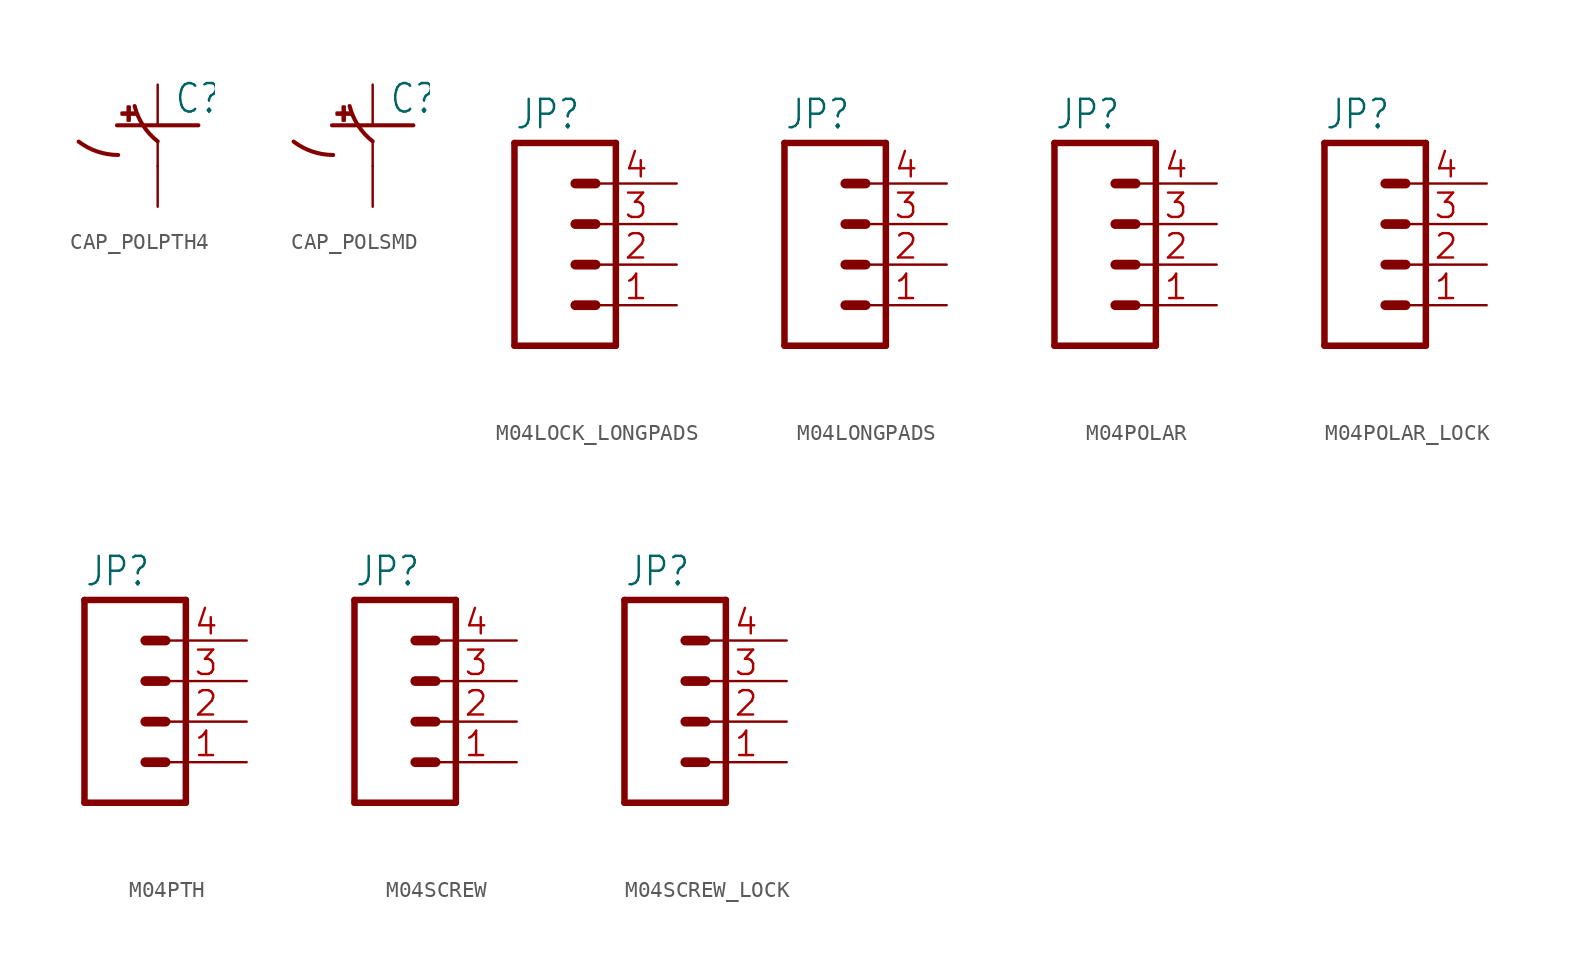
<source format=kicad_sym>
(kicad_symbol_lib
  (version 20241209)
  (generator "kicad_symbol_editor")
  (generator_version "9.0")
  (symbol "CAP_POLPTH4"
    (property "Reference" "C"
      (at 1.016 0.635 0)
      (effects (font (size 1.778 1.511)) (justify left bottom)))
    (property "Value" ""
      (at 1.016 -4.191 0)
      (effects (font (size 1.778 1.511)) (justify left bottom)))
    (property "ki_locked" ""
      (at 0 0 0)
      (effects (font (size 1.27 1.27))))
    (symbol "CAP_POLPTH4_1_0"
      (polyline (pts (xy -2.54 0) (xy 2.54 0)) (stroke (width 0.254) (type solid)) (fill (type none)))
      (arc (start -2.4669 -1.8504) (mid -3.7689 -1.6361) (end -4.9337 -1.0159) (stroke (width 0.254) (type solid)) (fill (type none)))
      (rectangle (start -2.253 0.668) (end -1.364 0.795) (stroke (width 0) (type default)) (fill (type outline)))
      (rectangle (start -1.872 0.287) (end -1.745 1.176) (stroke (width 0) (type default)) (fill (type outline)))
      (polyline (pts (xy 0 -1.016) (xy 0 -2.54)) (stroke (width 0.152) (type solid)) (fill (type none)))
      (arc (start 0 -1) (mid -0.9038 -0.0189) (end -1.4403 1.2025) (stroke (width 0.254) (type solid)) (fill (type none)))
      (pin passive line (at 0 2.54 270) (length 2.54) (name "+" (effects (font (size 0 0)))) (number "1" (effects (font (size 0 0)))))
      (pin passive line (at 0 -5.08 90) (length 2.54) (name "-" (effects (font (size 0 0)))) (number "2" (effects (font (size 0 0)))))))
  (symbol "CAP_POLSMD"
    (property "Reference" "C"
      (at 1.016 0.635 0)
      (effects (font (size 1.778 1.511)) (justify left bottom)))
    (property "Value" ""
      (at 1.016 -4.191 0)
      (effects (font (size 1.778 1.511)) (justify left bottom)))
    (property "ki_locked" ""
      (at 0 0 0)
      (effects (font (size 1.27 1.27))))
    (symbol "CAP_POLSMD_1_0"
      (polyline (pts (xy -2.54 0) (xy 2.54 0)) (stroke (width 0.254) (type solid)) (fill (type none)))
      (arc (start -2.4669 -1.8504) (mid -3.7689 -1.6361) (end -4.9337 -1.0159) (stroke (width 0.254) (type solid)) (fill (type none)))
      (rectangle (start -2.253 0.668) (end -1.364 0.795) (stroke (width 0) (type default)) (fill (type outline)))
      (rectangle (start -1.872 0.287) (end -1.745 1.176) (stroke (width 0) (type default)) (fill (type outline)))
      (polyline (pts (xy 0 -1.016) (xy 0 -2.54)) (stroke (width 0.152) (type solid)) (fill (type none)))
      (arc (start 0 -1) (mid -0.9038 -0.0189) (end -1.4403 1.2025) (stroke (width 0.254) (type solid)) (fill (type none)))
      (pin passive line (at 0 2.54 270) (length 2.54) (name "+" (effects (font (size 0 0)))) (number "+" (effects (font (size 0 0)))))
      (pin passive line (at 0 -5.08 90) (length 2.54) (name "-" (effects (font (size 0 0)))) (number "-" (effects (font (size 0 0)))))))
  (symbol "M04LOCK_LONGPADS"
    (property "Reference" "JP"
      (at -5.08 8.382 0)
      (effects (font (size 1.778 1.511)) (justify left bottom)))
    (property "Value" ""
      (at -5.08 -7.62 0)
      (effects (font (size 1.778 1.511)) (justify left bottom)))
    (property "ki_locked" ""
      (at 0 0 0)
      (effects (font (size 1.27 1.27))))
    (symbol "M04LOCK_LONGPADS_1_0"
      (polyline (pts (xy -5.08 7.62) (xy -5.08 -5.08)) (stroke (width 0.406) (type solid)) (fill (type none)))
      (polyline (pts (xy -5.08 7.62) (xy 1.27 7.62)) (stroke (width 0.406) (type solid)) (fill (type none)))
      (polyline (pts (xy -1.27 5.08) (xy 0 5.08)) (stroke (width 0.61) (type solid)) (fill (type none)))
      (polyline (pts (xy -1.27 2.54) (xy 0 2.54)) (stroke (width 0.61) (type solid)) (fill (type none)))
      (polyline (pts (xy -1.27 0) (xy 0 0)) (stroke (width 0.61) (type solid)) (fill (type none)))
      (polyline (pts (xy -1.27 -2.54) (xy 0 -2.54)) (stroke (width 0.61) (type solid)) (fill (type none)))
      (polyline (pts (xy 1.27 -5.08) (xy -5.08 -5.08)) (stroke (width 0.406) (type solid)) (fill (type none)))
      (polyline (pts (xy 1.27 -5.08) (xy 1.27 7.62)) (stroke (width 0.406) (type solid)) (fill (type none)))
      (pin passive line (at 5.08 5.08 180) (length 5.08) (name "4" (effects (font (size 0 0)))) (number "4" (effects (font (size 1.524 1.524)))))
      (pin passive line (at 5.08 2.54 180) (length 5.08) (name "3" (effects (font (size 0 0)))) (number "3" (effects (font (size 1.524 1.524)))))
      (pin passive line (at 5.08 0 180) (length 5.08) (name "2" (effects (font (size 0 0)))) (number "2" (effects (font (size 1.524 1.524)))))
      (pin passive line (at 5.08 -2.54 180) (length 5.08) (name "1" (effects (font (size 0 0)))) (number "1" (effects (font (size 1.524 1.524)))))))
  (symbol "M04LONGPADS"
    (property "Reference" "JP"
      (at -5.08 8.382 0)
      (effects (font (size 1.778 1.511)) (justify left bottom)))
    (property "Value" ""
      (at -5.08 -7.62 0)
      (effects (font (size 1.778 1.511)) (justify left bottom)))
    (property "ki_locked" ""
      (at 0 0 0)
      (effects (font (size 1.27 1.27))))
    (symbol "M04LONGPADS_1_0"
      (polyline (pts (xy -5.08 7.62) (xy -5.08 -5.08)) (stroke (width 0.406) (type solid)) (fill (type none)))
      (polyline (pts (xy -5.08 7.62) (xy 1.27 7.62)) (stroke (width 0.406) (type solid)) (fill (type none)))
      (polyline (pts (xy -1.27 5.08) (xy 0 5.08)) (stroke (width 0.61) (type solid)) (fill (type none)))
      (polyline (pts (xy -1.27 2.54) (xy 0 2.54)) (stroke (width 0.61) (type solid)) (fill (type none)))
      (polyline (pts (xy -1.27 0) (xy 0 0)) (stroke (width 0.61) (type solid)) (fill (type none)))
      (polyline (pts (xy -1.27 -2.54) (xy 0 -2.54)) (stroke (width 0.61) (type solid)) (fill (type none)))
      (polyline (pts (xy 1.27 -5.08) (xy -5.08 -5.08)) (stroke (width 0.406) (type solid)) (fill (type none)))
      (polyline (pts (xy 1.27 -5.08) (xy 1.27 7.62)) (stroke (width 0.406) (type solid)) (fill (type none)))
      (pin passive line (at 5.08 5.08 180) (length 5.08) (name "4" (effects (font (size 0 0)))) (number "4" (effects (font (size 1.524 1.524)))))
      (pin passive line (at 5.08 2.54 180) (length 5.08) (name "3" (effects (font (size 0 0)))) (number "3" (effects (font (size 1.524 1.524)))))
      (pin passive line (at 5.08 0 180) (length 5.08) (name "2" (effects (font (size 0 0)))) (number "2" (effects (font (size 1.524 1.524)))))
      (pin passive line (at 5.08 -2.54 180) (length 5.08) (name "1" (effects (font (size 0 0)))) (number "1" (effects (font (size 1.524 1.524)))))))
  (symbol "M04POLAR"
    (property "Reference" "JP"
      (at -5.08 8.382 0)
      (effects (font (size 1.778 1.511)) (justify left bottom)))
    (property "Value" ""
      (at -5.08 -7.62 0)
      (effects (font (size 1.778 1.511)) (justify left bottom)))
    (property "ki_locked" ""
      (at 0 0 0)
      (effects (font (size 1.27 1.27))))
    (symbol "M04POLAR_1_0"
      (polyline (pts (xy -5.08 7.62) (xy -5.08 -5.08)) (stroke (width 0.406) (type solid)) (fill (type none)))
      (polyline (pts (xy -5.08 7.62) (xy 1.27 7.62)) (stroke (width 0.406) (type solid)) (fill (type none)))
      (polyline (pts (xy -1.27 5.08) (xy 0 5.08)) (stroke (width 0.61) (type solid)) (fill (type none)))
      (polyline (pts (xy -1.27 2.54) (xy 0 2.54)) (stroke (width 0.61) (type solid)) (fill (type none)))
      (polyline (pts (xy -1.27 0) (xy 0 0)) (stroke (width 0.61) (type solid)) (fill (type none)))
      (polyline (pts (xy -1.27 -2.54) (xy 0 -2.54)) (stroke (width 0.61) (type solid)) (fill (type none)))
      (polyline (pts (xy 1.27 -5.08) (xy -5.08 -5.08)) (stroke (width 0.406) (type solid)) (fill (type none)))
      (polyline (pts (xy 1.27 -5.08) (xy 1.27 7.62)) (stroke (width 0.406) (type solid)) (fill (type none)))
      (pin passive line (at 5.08 5.08 180) (length 5.08) (name "4" (effects (font (size 0 0)))) (number "4" (effects (font (size 1.524 1.524)))))
      (pin passive line (at 5.08 2.54 180) (length 5.08) (name "3" (effects (font (size 0 0)))) (number "3" (effects (font (size 1.524 1.524)))))
      (pin passive line (at 5.08 0 180) (length 5.08) (name "2" (effects (font (size 0 0)))) (number "2" (effects (font (size 1.524 1.524)))))
      (pin passive line (at 5.08 -2.54 180) (length 5.08) (name "1" (effects (font (size 0 0)))) (number "1" (effects (font (size 1.524 1.524)))))))
  (symbol "M04POLAR_LOCK"
    (property "Reference" "JP"
      (at -5.08 8.382 0)
      (effects (font (size 1.778 1.511)) (justify left bottom)))
    (property "Value" ""
      (at -5.08 -7.62 0)
      (effects (font (size 1.778 1.511)) (justify left bottom)))
    (property "ki_locked" ""
      (at 0 0 0)
      (effects (font (size 1.27 1.27))))
    (symbol "M04POLAR_LOCK_1_0"
      (polyline (pts (xy -5.08 7.62) (xy -5.08 -5.08)) (stroke (width 0.406) (type solid)) (fill (type none)))
      (polyline (pts (xy -5.08 7.62) (xy 1.27 7.62)) (stroke (width 0.406) (type solid)) (fill (type none)))
      (polyline (pts (xy -1.27 5.08) (xy 0 5.08)) (stroke (width 0.61) (type solid)) (fill (type none)))
      (polyline (pts (xy -1.27 2.54) (xy 0 2.54)) (stroke (width 0.61) (type solid)) (fill (type none)))
      (polyline (pts (xy -1.27 0) (xy 0 0)) (stroke (width 0.61) (type solid)) (fill (type none)))
      (polyline (pts (xy -1.27 -2.54) (xy 0 -2.54)) (stroke (width 0.61) (type solid)) (fill (type none)))
      (polyline (pts (xy 1.27 -5.08) (xy -5.08 -5.08)) (stroke (width 0.406) (type solid)) (fill (type none)))
      (polyline (pts (xy 1.27 -5.08) (xy 1.27 7.62)) (stroke (width 0.406) (type solid)) (fill (type none)))
      (pin passive line (at 5.08 5.08 180) (length 5.08) (name "4" (effects (font (size 0 0)))) (number "4" (effects (font (size 1.524 1.524)))))
      (pin passive line (at 5.08 2.54 180) (length 5.08) (name "3" (effects (font (size 0 0)))) (number "3" (effects (font (size 1.524 1.524)))))
      (pin passive line (at 5.08 0 180) (length 5.08) (name "2" (effects (font (size 0 0)))) (number "2" (effects (font (size 1.524 1.524)))))
      (pin passive line (at 5.08 -2.54 180) (length 5.08) (name "1" (effects (font (size 0 0)))) (number "1" (effects (font (size 1.524 1.524)))))))
  (symbol "M04PTH"
    (property "Reference" "JP"
      (at -5.08 8.382 0)
      (effects (font (size 1.778 1.511)) (justify left bottom)))
    (property "Value" ""
      (at -5.08 -7.62 0)
      (effects (font (size 1.778 1.511)) (justify left bottom)))
    (property "ki_locked" ""
      (at 0 0 0)
      (effects (font (size 1.27 1.27))))
    (symbol "M04PTH_1_0"
      (polyline (pts (xy -5.08 7.62) (xy -5.08 -5.08)) (stroke (width 0.406) (type solid)) (fill (type none)))
      (polyline (pts (xy -5.08 7.62) (xy 1.27 7.62)) (stroke (width 0.406) (type solid)) (fill (type none)))
      (polyline (pts (xy -1.27 5.08) (xy 0 5.08)) (stroke (width 0.61) (type solid)) (fill (type none)))
      (polyline (pts (xy -1.27 2.54) (xy 0 2.54)) (stroke (width 0.61) (type solid)) (fill (type none)))
      (polyline (pts (xy -1.27 0) (xy 0 0)) (stroke (width 0.61) (type solid)) (fill (type none)))
      (polyline (pts (xy -1.27 -2.54) (xy 0 -2.54)) (stroke (width 0.61) (type solid)) (fill (type none)))
      (polyline (pts (xy 1.27 -5.08) (xy -5.08 -5.08)) (stroke (width 0.406) (type solid)) (fill (type none)))
      (polyline (pts (xy 1.27 -5.08) (xy 1.27 7.62)) (stroke (width 0.406) (type solid)) (fill (type none)))
      (pin passive line (at 5.08 5.08 180) (length 5.08) (name "4" (effects (font (size 0 0)))) (number "4" (effects (font (size 1.524 1.524)))))
      (pin passive line (at 5.08 2.54 180) (length 5.08) (name "3" (effects (font (size 0 0)))) (number "3" (effects (font (size 1.524 1.524)))))
      (pin passive line (at 5.08 0 180) (length 5.08) (name "2" (effects (font (size 0 0)))) (number "2" (effects (font (size 1.524 1.524)))))
      (pin passive line (at 5.08 -2.54 180) (length 5.08) (name "1" (effects (font (size 0 0)))) (number "1" (effects (font (size 1.524 1.524)))))))
  (symbol "M04SCREW"
    (property "Reference" "JP"
      (at -5.08 8.382 0)
      (effects (font (size 1.778 1.511)) (justify left bottom)))
    (property "Value" ""
      (at -5.08 -7.62 0)
      (effects (font (size 1.778 1.511)) (justify left bottom)))
    (property "ki_locked" ""
      (at 0 0 0)
      (effects (font (size 1.27 1.27))))
    (symbol "M04SCREW_1_0"
      (polyline (pts (xy -5.08 7.62) (xy -5.08 -5.08)) (stroke (width 0.406) (type solid)) (fill (type none)))
      (polyline (pts (xy -5.08 7.62) (xy 1.27 7.62)) (stroke (width 0.406) (type solid)) (fill (type none)))
      (polyline (pts (xy -1.27 5.08) (xy 0 5.08)) (stroke (width 0.61) (type solid)) (fill (type none)))
      (polyline (pts (xy -1.27 2.54) (xy 0 2.54)) (stroke (width 0.61) (type solid)) (fill (type none)))
      (polyline (pts (xy -1.27 0) (xy 0 0)) (stroke (width 0.61) (type solid)) (fill (type none)))
      (polyline (pts (xy -1.27 -2.54) (xy 0 -2.54)) (stroke (width 0.61) (type solid)) (fill (type none)))
      (polyline (pts (xy 1.27 -5.08) (xy -5.08 -5.08)) (stroke (width 0.406) (type solid)) (fill (type none)))
      (polyline (pts (xy 1.27 -5.08) (xy 1.27 7.62)) (stroke (width 0.406) (type solid)) (fill (type none)))
      (pin passive line (at 5.08 5.08 180) (length 5.08) (name "4" (effects (font (size 0 0)))) (number "4" (effects (font (size 1.524 1.524)))))
      (pin passive line (at 5.08 2.54 180) (length 5.08) (name "3" (effects (font (size 0 0)))) (number "3" (effects (font (size 1.524 1.524)))))
      (pin passive line (at 5.08 0 180) (length 5.08) (name "2" (effects (font (size 0 0)))) (number "2" (effects (font (size 1.524 1.524)))))
      (pin passive line (at 5.08 -2.54 180) (length 5.08) (name "1" (effects (font (size 0 0)))) (number "1" (effects (font (size 1.524 1.524)))))))
  (symbol "M04SCREW_LOCK"
    (property "Reference" "JP"
      (at -5.08 8.382 0)
      (effects (font (size 1.778 1.511)) (justify left bottom)))
    (property "Value" ""
      (at -5.08 -7.62 0)
      (effects (font (size 1.778 1.511)) (justify left bottom)))
    (property "ki_locked" ""
      (at 0 0 0)
      (effects (font (size 1.27 1.27))))
    (symbol "M04SCREW_LOCK_1_0"
      (polyline (pts (xy -5.08 7.62) (xy -5.08 -5.08)) (stroke (width 0.406) (type solid)) (fill (type none)))
      (polyline (pts (xy -5.08 7.62) (xy 1.27 7.62)) (stroke (width 0.406) (type solid)) (fill (type none)))
      (polyline (pts (xy -1.27 5.08) (xy 0 5.08)) (stroke (width 0.61) (type solid)) (fill (type none)))
      (polyline (pts (xy -1.27 2.54) (xy 0 2.54)) (stroke (width 0.61) (type solid)) (fill (type none)))
      (polyline (pts (xy -1.27 0) (xy 0 0)) (stroke (width 0.61) (type solid)) (fill (type none)))
      (polyline (pts (xy -1.27 -2.54) (xy 0 -2.54)) (stroke (width 0.61) (type solid)) (fill (type none)))
      (polyline (pts (xy 1.27 -5.08) (xy -5.08 -5.08)) (stroke (width 0.406) (type solid)) (fill (type none)))
      (polyline (pts (xy 1.27 -5.08) (xy 1.27 7.62)) (stroke (width 0.406) (type solid)) (fill (type none)))
      (pin passive line (at 5.08 5.08 180) (length 5.08) (name "4" (effects (font (size 0 0)))) (number "4" (effects (font (size 1.524 1.524)))))
      (pin passive line (at 5.08 2.54 180) (length 5.08) (name "3" (effects (font (size 0 0)))) (number "3" (effects (font (size 1.524 1.524)))))
      (pin passive line (at 5.08 0 180) (length 5.08) (name "2" (effects (font (size 0 0)))) (number "2" (effects (font (size 1.524 1.524)))))
      (pin passive line (at 5.08 -2.54 180) (length 5.08) (name "1" (effects (font (size 0 0)))) (number "1" (effects (font (size 1.524 1.524))))))))
</source>
